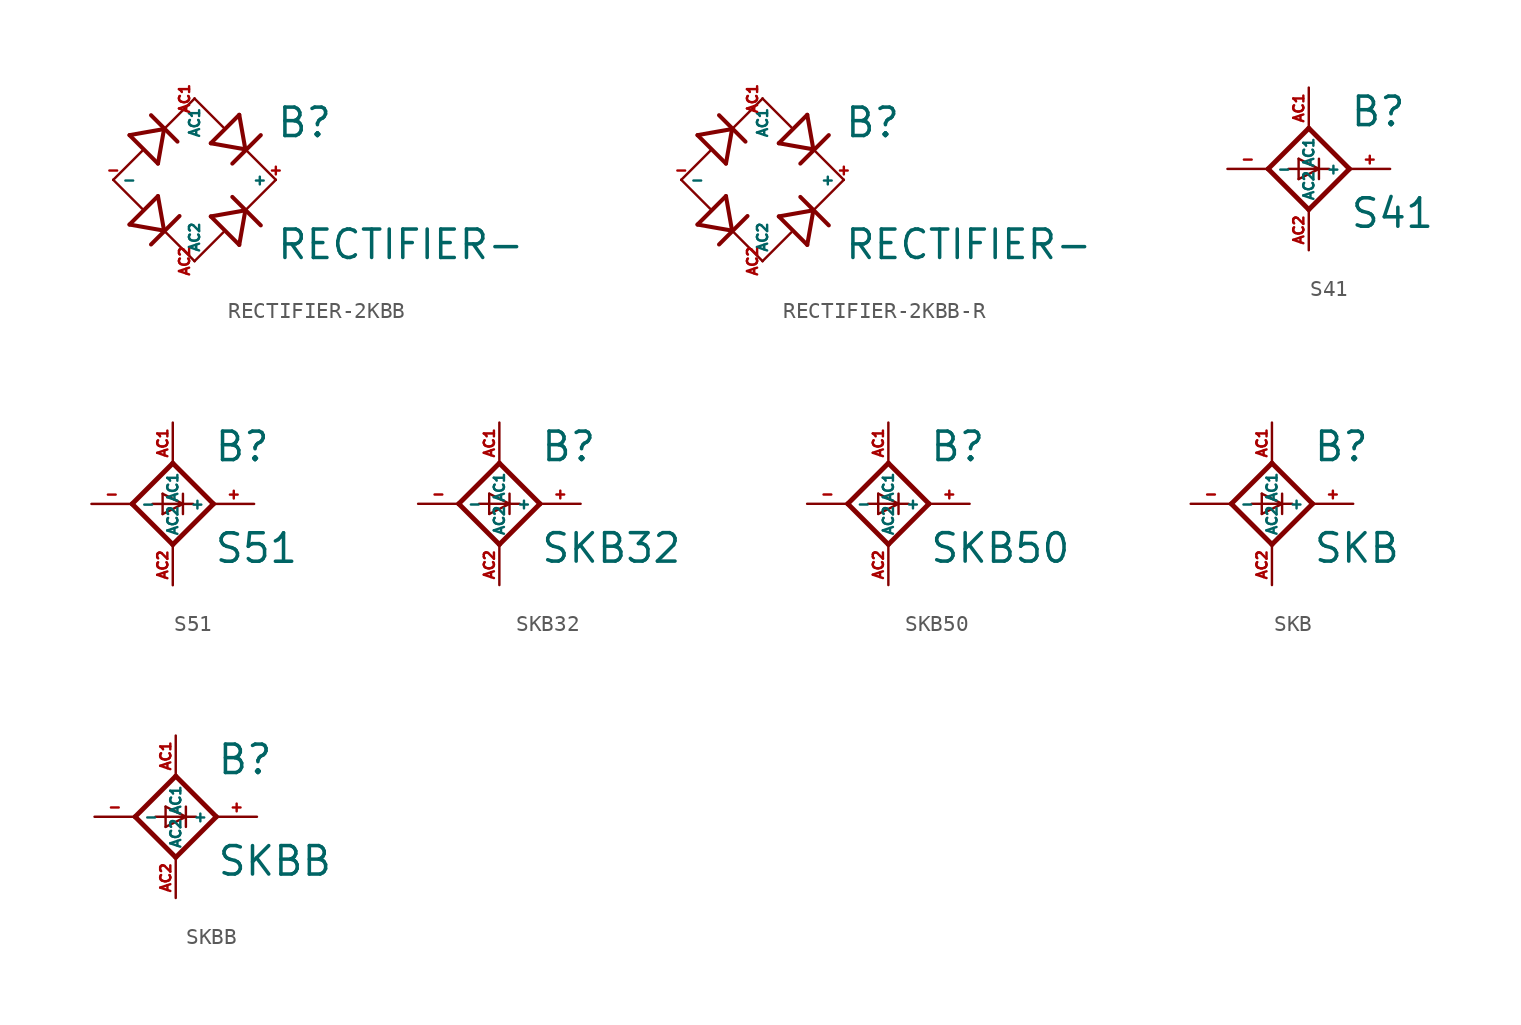
<source format=kicad_sym>
(kicad_symbol_lib
  (version 20220914)
  (generator Eagle2Kicad)
  (symbol "RECTIFIER-2KBB"
    (property "Reference" "B"
      (at 5.08 2.54 0)
      (effects (font (size 1.778 1.778) (thickness 0.22)) (justify left bottom)))
    (property "Value" "RECTIFIER-"
      (at 5.08 -5.08 0)
      (effects (font (size 1.778 1.778) (thickness 0.22)) (justify left bottom)))
    (polyline
      (pts (xy -1.905 -3.175) (xy -4.064 -2.794))
      (stroke (width 0.254) (type default))
      (fill (type none)))
    (polyline
      (pts (xy -1.905 -3.175) (xy -2.286 -1.016))
      (stroke (width 0.254) (type default))
      (fill (type none)))
    (polyline
      (pts (xy -2.718 -4.039) (xy -0.94 -2.261))
      (stroke (width 0.254) (type default))
      (fill (type none)))
    (polyline
      (pts (xy -1.905 3.175) (xy -4.064 2.794))
      (stroke (width 0.254) (type default))
      (fill (type none)))
    (polyline
      (pts (xy -1.905 3.175) (xy -2.286 1.016))
      (stroke (width 0.254) (type default))
      (fill (type none)))
    (polyline
      (pts (xy -2.718 4.039) (xy -1.067 2.388))
      (stroke (width 0.254) (type default))
      (fill (type none)))
    (polyline
      (pts (xy 3.175 1.905) (xy 2.794 4.064))
      (stroke (width 0.254) (type default))
      (fill (type none)))
    (polyline
      (pts (xy 3.175 1.905) (xy 1.016 2.286))
      (stroke (width 0.254) (type default))
      (fill (type none)))
    (polyline
      (pts (xy 2.362 1.016) (xy 4.14 2.794))
      (stroke (width 0.254) (type default))
      (fill (type none)))
    (polyline
      (pts (xy 3.175 -1.905) (xy 2.794 -4.064))
      (stroke (width 0.254) (type default))
      (fill (type none)))
    (polyline
      (pts (xy 3.175 -1.905) (xy 1.016 -2.286))
      (stroke (width 0.254) (type default))
      (fill (type none)))
    (polyline
      (pts (xy 2.362 -1.067) (xy 4.14 -2.845))
      (stroke (width 0.254) (type default))
      (fill (type none)))
    (polyline
      (pts (xy 5.08 0) (xy 3.175 -1.905))
      (stroke (width 0.152) (type default))
      (fill (type none)))
    (polyline
      (pts (xy 0 -5.08) (xy -1.905 -3.175))
      (stroke (width 0.152) (type default))
      (fill (type none)))
    (polyline
      (pts (xy -3.277 -1.803) (xy -5.08 0))
      (stroke (width 0.152) (type default))
      (fill (type none)))
    (polyline
      (pts (xy -4.064 -2.794) (xy -2.286 -1.016))
      (stroke (width 0.254) (type default))
      (fill (type none)))
    (polyline
      (pts (xy -5.08 0) (xy -3.277 1.803))
      (stroke (width 0.152) (type default))
      (fill (type none)))
    (polyline
      (pts (xy -4.064 2.794) (xy -2.286 1.016))
      (stroke (width 0.254) (type default))
      (fill (type none)))
    (polyline
      (pts (xy -1.905 3.175) (xy 0 5.08))
      (stroke (width 0.152) (type default))
      (fill (type none)))
    (polyline
      (pts (xy 0 5.08) (xy 1.803 3.277))
      (stroke (width 0.152) (type default))
      (fill (type none)))
    (polyline
      (pts (xy 1.016 2.286) (xy 2.794 4.064))
      (stroke (width 0.254) (type default))
      (fill (type none)))
    (polyline
      (pts (xy 3.175 1.905) (xy 5.08 0))
      (stroke (width 0.152) (type default))
      (fill (type none)))
    (polyline
      (pts (xy 0 -5.08) (xy 1.803 -3.277))
      (stroke (width 0.152) (type default))
      (fill (type none)))
    (polyline
      (pts (xy 1.016 -2.286) (xy 2.794 -4.064))
      (stroke (width 0.254) (type default))
      (fill (type none)))
    (pin passive line
      (at 0 5.08 270)
      (length 0)
      (name "AC1" (effects (font (size 0.635 0.635) (thickness 0.08)) (justify left bottom)))
      (number "AC1" (effects (font (size 0.635 0.635) (thickness 0.08)) (justify left bottom))))
    (pin passive line
      (at 5.08 0 180)
      (length 0)
      (name "+" (effects (font (size 0.635 0.635) (thickness 0.08)) (justify left bottom)))
      (number "+" (effects (font (size 0.635 0.635) (thickness 0.08)) (justify left bottom))))
    (pin passive line
      (at 0 -5.08 90)
      (length 0)
      (name "AC2" (effects (font (size 0.635 0.635) (thickness 0.08)) (justify left bottom)))
      (number "AC2" (effects (font (size 0.635 0.635) (thickness 0.08)) (justify left bottom))))
    (pin passive line
      (at -5.08 0 0)
      (length 0)
      (name "-" (effects (font (size 0.635 0.635) (thickness 0.08)) (justify left bottom)))
      (number "-" (effects (font (size 0.635 0.635) (thickness 0.08)) (justify left bottom)))))
  (symbol "RECTIFIER-2KBB-R"
    (property "Reference" "B"
      (at 5.08 2.54 0)
      (effects (font (size 1.778 1.778) (thickness 0.22)) (justify left bottom)))
    (property "Value" "RECTIFIER-"
      (at 5.08 -5.08 0)
      (effects (font (size 1.778 1.778) (thickness 0.22)) (justify left bottom)))
    (polyline
      (pts (xy -1.905 -3.175) (xy -4.064 -2.794))
      (stroke (width 0.254) (type default))
      (fill (type none)))
    (polyline
      (pts (xy -1.905 -3.175) (xy -2.286 -1.016))
      (stroke (width 0.254) (type default))
      (fill (type none)))
    (polyline
      (pts (xy -2.718 -4.039) (xy -0.94 -2.261))
      (stroke (width 0.254) (type default))
      (fill (type none)))
    (polyline
      (pts (xy -1.905 3.175) (xy -4.064 2.794))
      (stroke (width 0.254) (type default))
      (fill (type none)))
    (polyline
      (pts (xy -1.905 3.175) (xy -2.286 1.016))
      (stroke (width 0.254) (type default))
      (fill (type none)))
    (polyline
      (pts (xy -2.718 4.039) (xy -1.067 2.388))
      (stroke (width 0.254) (type default))
      (fill (type none)))
    (polyline
      (pts (xy 3.175 1.905) (xy 2.794 4.064))
      (stroke (width 0.254) (type default))
      (fill (type none)))
    (polyline
      (pts (xy 3.175 1.905) (xy 1.016 2.286))
      (stroke (width 0.254) (type default))
      (fill (type none)))
    (polyline
      (pts (xy 2.362 1.016) (xy 4.14 2.794))
      (stroke (width 0.254) (type default))
      (fill (type none)))
    (polyline
      (pts (xy 3.175 -1.905) (xy 2.794 -4.064))
      (stroke (width 0.254) (type default))
      (fill (type none)))
    (polyline
      (pts (xy 3.175 -1.905) (xy 1.016 -2.286))
      (stroke (width 0.254) (type default))
      (fill (type none)))
    (polyline
      (pts (xy 2.362 -1.067) (xy 4.14 -2.845))
      (stroke (width 0.254) (type default))
      (fill (type none)))
    (polyline
      (pts (xy 5.08 0) (xy 3.175 -1.905))
      (stroke (width 0.152) (type default))
      (fill (type none)))
    (polyline
      (pts (xy 0 -5.08) (xy -1.905 -3.175))
      (stroke (width 0.152) (type default))
      (fill (type none)))
    (polyline
      (pts (xy -3.277 -1.803) (xy -5.08 0))
      (stroke (width 0.152) (type default))
      (fill (type none)))
    (polyline
      (pts (xy -4.064 -2.794) (xy -2.286 -1.016))
      (stroke (width 0.254) (type default))
      (fill (type none)))
    (polyline
      (pts (xy -5.08 0) (xy -3.277 1.803))
      (stroke (width 0.152) (type default))
      (fill (type none)))
    (polyline
      (pts (xy -4.064 2.794) (xy -2.286 1.016))
      (stroke (width 0.254) (type default))
      (fill (type none)))
    (polyline
      (pts (xy -1.905 3.175) (xy 0 5.08))
      (stroke (width 0.152) (type default))
      (fill (type none)))
    (polyline
      (pts (xy 0 5.08) (xy 1.803 3.277))
      (stroke (width 0.152) (type default))
      (fill (type none)))
    (polyline
      (pts (xy 1.016 2.286) (xy 2.794 4.064))
      (stroke (width 0.254) (type default))
      (fill (type none)))
    (polyline
      (pts (xy 3.175 1.905) (xy 5.08 0))
      (stroke (width 0.152) (type default))
      (fill (type none)))
    (polyline
      (pts (xy 0 -5.08) (xy 1.803 -3.277))
      (stroke (width 0.152) (type default))
      (fill (type none)))
    (polyline
      (pts (xy 1.016 -2.286) (xy 2.794 -4.064))
      (stroke (width 0.254) (type default))
      (fill (type none)))
    (pin passive line
      (at 0 5.08 270)
      (length 0)
      (name "AC1" (effects (font (size 0.635 0.635) (thickness 0.08)) (justify left bottom)))
      (number "AC1" (effects (font (size 0.635 0.635) (thickness 0.08)) (justify left bottom))))
    (pin passive line
      (at 5.08 0 180)
      (length 0)
      (name "+" (effects (font (size 0.635 0.635) (thickness 0.08)) (justify left bottom)))
      (number "+" (effects (font (size 0.635 0.635) (thickness 0.08)) (justify left bottom))))
    (pin passive line
      (at 0 -5.08 90)
      (length 0)
      (name "AC2" (effects (font (size 0.635 0.635) (thickness 0.08)) (justify left bottom)))
      (number "AC2" (effects (font (size 0.635 0.635) (thickness 0.08)) (justify left bottom))))
    (pin passive line
      (at -5.08 0 0)
      (length 0)
      (name "-" (effects (font (size 0.635 0.635) (thickness 0.08)) (justify left bottom)))
      (number "-" (effects (font (size 0.635 0.635) (thickness 0.08)) (justify left bottom)))))
  (symbol "S41"
    (property "Reference" "B"
      (at 2.54 2.54 0)
      (effects (font (size 1.778 1.778) (thickness 0.22)) (justify left bottom)))
    (property "Value" "S41"
      (at 2.54 -3.81 0)
      (effects (font (size 1.778 1.778) (thickness 0.22)) (justify left bottom)))
    (polyline
      (pts (xy 0 -2.54) (xy 2.54 0))
      (stroke (width 0.305) (type default))
      (fill (type none)))
    (polyline
      (pts (xy 0 2.54) (xy -2.54 0))
      (stroke (width 0.305) (type default))
      (fill (type none)))
    (polyline
      (pts (xy -2.54 0) (xy 0 -2.54))
      (stroke (width 0.305) (type default))
      (fill (type none)))
    (polyline
      (pts (xy 2.54 0) (xy 0 2.54))
      (stroke (width 0.305) (type default))
      (fill (type none)))
    (polyline
      (pts (xy -1.27 0) (xy 0.635 0))
      (stroke (width 0.152) (type default))
      (fill (type none)))
    (polyline
      (pts (xy -0.635 0.635) (xy -0.635 -0.635))
      (stroke (width 0.152) (type default))
      (fill (type none)))
    (polyline
      (pts (xy -0.635 0.635) (xy 0.635 0))
      (stroke (width 0.152) (type default))
      (fill (type none)))
    (polyline
      (pts (xy 0.635 0) (xy 1.27 0))
      (stroke (width 0.152) (type default))
      (fill (type none)))
    (polyline
      (pts (xy 0.635 0) (xy -0.635 -0.635))
      (stroke (width 0.152) (type default))
      (fill (type none)))
    (polyline
      (pts (xy 0.635 0.635) (xy 0.635 -0.635))
      (stroke (width 0.152) (type default))
      (fill (type none)))
    (pin passive line
      (at 0 5.08 270)
      (length 2.54)
      (name "AC1" (effects (font (size 0.635 0.635) (thickness 0.08)) (justify left bottom)))
      (number "AC1" (effects (font (size 0.635 0.635) (thickness 0.08)) (justify left bottom))))
    (pin passive line
      (at 0 -5.08 90)
      (length 2.54)
      (name "AC2" (effects (font (size 0.635 0.635) (thickness 0.08)) (justify left bottom)))
      (number "AC2" (effects (font (size 0.635 0.635) (thickness 0.08)) (justify left bottom))))
    (pin passive line
      (at -5.08 0 0)
      (length 2.54)
      (name "-" (effects (font (size 0.635 0.635) (thickness 0.08)) (justify left bottom)))
      (number "-" (effects (font (size 0.635 0.635) (thickness 0.08)) (justify left bottom))))
    (pin passive line
      (at 5.08 0 180)
      (length 2.54)
      (name "+" (effects (font (size 0.635 0.635) (thickness 0.08)) (justify left bottom)))
      (number "+" (effects (font (size 0.635 0.635) (thickness 0.08)) (justify left bottom)))))
  (symbol "S51"
    (property "Reference" "B"
      (at 2.54 2.54 0)
      (effects (font (size 1.778 1.778) (thickness 0.22)) (justify left bottom)))
    (property "Value" "S51"
      (at 2.54 -3.81 0)
      (effects (font (size 1.778 1.778) (thickness 0.22)) (justify left bottom)))
    (polyline
      (pts (xy 0 -2.54) (xy 2.54 0))
      (stroke (width 0.305) (type default))
      (fill (type none)))
    (polyline
      (pts (xy 0 2.54) (xy -2.54 0))
      (stroke (width 0.305) (type default))
      (fill (type none)))
    (polyline
      (pts (xy -2.54 0) (xy 0 -2.54))
      (stroke (width 0.305) (type default))
      (fill (type none)))
    (polyline
      (pts (xy 2.54 0) (xy 0 2.54))
      (stroke (width 0.305) (type default))
      (fill (type none)))
    (polyline
      (pts (xy -1.27 0) (xy 0.635 0))
      (stroke (width 0.152) (type default))
      (fill (type none)))
    (polyline
      (pts (xy -0.635 0.635) (xy -0.635 -0.635))
      (stroke (width 0.152) (type default))
      (fill (type none)))
    (polyline
      (pts (xy -0.635 0.635) (xy 0.635 0))
      (stroke (width 0.152) (type default))
      (fill (type none)))
    (polyline
      (pts (xy 0.635 0) (xy 1.27 0))
      (stroke (width 0.152) (type default))
      (fill (type none)))
    (polyline
      (pts (xy 0.635 0) (xy -0.635 -0.635))
      (stroke (width 0.152) (type default))
      (fill (type none)))
    (polyline
      (pts (xy 0.635 0.635) (xy 0.635 -0.635))
      (stroke (width 0.152) (type default))
      (fill (type none)))
    (pin passive line
      (at 0 5.08 270)
      (length 2.54)
      (name "AC1" (effects (font (size 0.635 0.635) (thickness 0.08)) (justify left bottom)))
      (number "AC1" (effects (font (size 0.635 0.635) (thickness 0.08)) (justify left bottom))))
    (pin passive line
      (at 0 -5.08 90)
      (length 2.54)
      (name "AC2" (effects (font (size 0.635 0.635) (thickness 0.08)) (justify left bottom)))
      (number "AC2" (effects (font (size 0.635 0.635) (thickness 0.08)) (justify left bottom))))
    (pin passive line
      (at -5.08 0 0)
      (length 2.54)
      (name "-" (effects (font (size 0.635 0.635) (thickness 0.08)) (justify left bottom)))
      (number "-" (effects (font (size 0.635 0.635) (thickness 0.08)) (justify left bottom))))
    (pin passive line
      (at 5.08 0 180)
      (length 2.54)
      (name "+" (effects (font (size 0.635 0.635) (thickness 0.08)) (justify left bottom)))
      (number "+" (effects (font (size 0.635 0.635) (thickness 0.08)) (justify left bottom)))))
  (symbol "SKB32"
    (property "Reference" "B"
      (at 2.54 2.54 0)
      (effects (font (size 1.778 1.778) (thickness 0.22)) (justify left bottom)))
    (property "Value" "SKB32"
      (at 2.54 -3.81 0)
      (effects (font (size 1.778 1.778) (thickness 0.22)) (justify left bottom)))
    (polyline
      (pts (xy 0 -2.54) (xy 2.54 0))
      (stroke (width 0.305) (type default))
      (fill (type none)))
    (polyline
      (pts (xy 0 2.54) (xy -2.54 0))
      (stroke (width 0.305) (type default))
      (fill (type none)))
    (polyline
      (pts (xy -2.54 0) (xy 0 -2.54))
      (stroke (width 0.305) (type default))
      (fill (type none)))
    (polyline
      (pts (xy 2.54 0) (xy 0 2.54))
      (stroke (width 0.305) (type default))
      (fill (type none)))
    (polyline
      (pts (xy -1.27 0) (xy 0.635 0))
      (stroke (width 0.152) (type default))
      (fill (type none)))
    (polyline
      (pts (xy -0.635 0.635) (xy -0.635 -0.635))
      (stroke (width 0.152) (type default))
      (fill (type none)))
    (polyline
      (pts (xy -0.635 0.635) (xy 0.635 0))
      (stroke (width 0.152) (type default))
      (fill (type none)))
    (polyline
      (pts (xy 0.635 0) (xy 1.27 0))
      (stroke (width 0.152) (type default))
      (fill (type none)))
    (polyline
      (pts (xy 0.635 0) (xy -0.635 -0.635))
      (stroke (width 0.152) (type default))
      (fill (type none)))
    (polyline
      (pts (xy 0.635 0.635) (xy 0.635 -0.635))
      (stroke (width 0.152) (type default))
      (fill (type none)))
    (pin passive line
      (at 0 5.08 270)
      (length 2.54)
      (name "AC1" (effects (font (size 0.635 0.635) (thickness 0.08)) (justify left bottom)))
      (number "AC1" (effects (font (size 0.635 0.635) (thickness 0.08)) (justify left bottom))))
    (pin passive line
      (at 0 -5.08 90)
      (length 2.54)
      (name "AC2" (effects (font (size 0.635 0.635) (thickness 0.08)) (justify left bottom)))
      (number "AC2" (effects (font (size 0.635 0.635) (thickness 0.08)) (justify left bottom))))
    (pin passive line
      (at -5.08 0 0)
      (length 2.54)
      (name "-" (effects (font (size 0.635 0.635) (thickness 0.08)) (justify left bottom)))
      (number "-" (effects (font (size 0.635 0.635) (thickness 0.08)) (justify left bottom))))
    (pin passive line
      (at 5.08 0 180)
      (length 2.54)
      (name "+" (effects (font (size 0.635 0.635) (thickness 0.08)) (justify left bottom)))
      (number "+" (effects (font (size 0.635 0.635) (thickness 0.08)) (justify left bottom)))))
  (symbol "SKB50"
    (property "Reference" "B"
      (at 2.54 2.54 0)
      (effects (font (size 1.778 1.778) (thickness 0.22)) (justify left bottom)))
    (property "Value" "SKB50"
      (at 2.54 -3.81 0)
      (effects (font (size 1.778 1.778) (thickness 0.22)) (justify left bottom)))
    (polyline
      (pts (xy 0 -2.54) (xy 2.54 0))
      (stroke (width 0.305) (type default))
      (fill (type none)))
    (polyline
      (pts (xy 0 2.54) (xy -2.54 0))
      (stroke (width 0.305) (type default))
      (fill (type none)))
    (polyline
      (pts (xy -2.54 0) (xy 0 -2.54))
      (stroke (width 0.305) (type default))
      (fill (type none)))
    (polyline
      (pts (xy 2.54 0) (xy 0 2.54))
      (stroke (width 0.305) (type default))
      (fill (type none)))
    (polyline
      (pts (xy -1.27 0) (xy 0.635 0))
      (stroke (width 0.152) (type default))
      (fill (type none)))
    (polyline
      (pts (xy -0.635 0.635) (xy -0.635 -0.635))
      (stroke (width 0.152) (type default))
      (fill (type none)))
    (polyline
      (pts (xy -0.635 0.635) (xy 0.635 0))
      (stroke (width 0.152) (type default))
      (fill (type none)))
    (polyline
      (pts (xy 0.635 0) (xy 1.27 0))
      (stroke (width 0.152) (type default))
      (fill (type none)))
    (polyline
      (pts (xy 0.635 0) (xy -0.635 -0.635))
      (stroke (width 0.152) (type default))
      (fill (type none)))
    (polyline
      (pts (xy 0.635 0.635) (xy 0.635 -0.635))
      (stroke (width 0.152) (type default))
      (fill (type none)))
    (pin passive line
      (at 0 5.08 270)
      (length 2.54)
      (name "AC1" (effects (font (size 0.635 0.635) (thickness 0.08)) (justify left bottom)))
      (number "AC1" (effects (font (size 0.635 0.635) (thickness 0.08)) (justify left bottom))))
    (pin passive line
      (at 0 -5.08 90)
      (length 2.54)
      (name "AC2" (effects (font (size 0.635 0.635) (thickness 0.08)) (justify left bottom)))
      (number "AC2" (effects (font (size 0.635 0.635) (thickness 0.08)) (justify left bottom))))
    (pin passive line
      (at -5.08 0 0)
      (length 2.54)
      (name "-" (effects (font (size 0.635 0.635) (thickness 0.08)) (justify left bottom)))
      (number "-" (effects (font (size 0.635 0.635) (thickness 0.08)) (justify left bottom))))
    (pin passive line
      (at 5.08 0 180)
      (length 2.54)
      (name "+" (effects (font (size 0.635 0.635) (thickness 0.08)) (justify left bottom)))
      (number "+" (effects (font (size 0.635 0.635) (thickness 0.08)) (justify left bottom)))))
  (symbol "SKB"
    (property "Reference" "B"
      (at 2.54 2.54 0)
      (effects (font (size 1.778 1.778) (thickness 0.22)) (justify left bottom)))
    (property "Value" "SKB"
      (at 2.54 -3.81 0)
      (effects (font (size 1.778 1.778) (thickness 0.22)) (justify left bottom)))
    (polyline
      (pts (xy 0 -2.54) (xy 2.54 0))
      (stroke (width 0.305) (type default))
      (fill (type none)))
    (polyline
      (pts (xy 0 2.54) (xy -2.54 0))
      (stroke (width 0.305) (type default))
      (fill (type none)))
    (polyline
      (pts (xy -2.54 0) (xy 0 -2.54))
      (stroke (width 0.305) (type default))
      (fill (type none)))
    (polyline
      (pts (xy 2.54 0) (xy 0 2.54))
      (stroke (width 0.305) (type default))
      (fill (type none)))
    (polyline
      (pts (xy -1.27 0) (xy 0.635 0))
      (stroke (width 0.152) (type default))
      (fill (type none)))
    (polyline
      (pts (xy -0.635 0.635) (xy -0.635 -0.635))
      (stroke (width 0.152) (type default))
      (fill (type none)))
    (polyline
      (pts (xy -0.635 0.635) (xy 0.635 0))
      (stroke (width 0.152) (type default))
      (fill (type none)))
    (polyline
      (pts (xy 0.635 0) (xy 1.27 0))
      (stroke (width 0.152) (type default))
      (fill (type none)))
    (polyline
      (pts (xy 0.635 0) (xy -0.635 -0.635))
      (stroke (width 0.152) (type default))
      (fill (type none)))
    (polyline
      (pts (xy 0.635 0.635) (xy 0.635 -0.635))
      (stroke (width 0.152) (type default))
      (fill (type none)))
    (pin passive line
      (at 0 5.08 270)
      (length 2.54)
      (name "AC1" (effects (font (size 0.635 0.635) (thickness 0.08)) (justify left bottom)))
      (number "AC1" (effects (font (size 0.635 0.635) (thickness 0.08)) (justify left bottom))))
    (pin passive line
      (at 0 -5.08 90)
      (length 2.54)
      (name "AC2" (effects (font (size 0.635 0.635) (thickness 0.08)) (justify left bottom)))
      (number "AC2" (effects (font (size 0.635 0.635) (thickness 0.08)) (justify left bottom))))
    (pin passive line
      (at -5.08 0 0)
      (length 2.54)
      (name "-" (effects (font (size 0.635 0.635) (thickness 0.08)) (justify left bottom)))
      (number "-" (effects (font (size 0.635 0.635) (thickness 0.08)) (justify left bottom))))
    (pin passive line
      (at 5.08 0 180)
      (length 2.54)
      (name "+" (effects (font (size 0.635 0.635) (thickness 0.08)) (justify left bottom)))
      (number "+" (effects (font (size 0.635 0.635) (thickness 0.08)) (justify left bottom)))))
  (symbol "SKBB"
    (property "Reference" "B"
      (at 2.54 2.54 0)
      (effects (font (size 1.778 1.778) (thickness 0.22)) (justify left bottom)))
    (property "Value" "SKBB"
      (at 2.54 -3.81 0)
      (effects (font (size 1.778 1.778) (thickness 0.22)) (justify left bottom)))
    (polyline
      (pts (xy 0 -2.54) (xy 2.54 0))
      (stroke (width 0.305) (type default))
      (fill (type none)))
    (polyline
      (pts (xy 0 2.54) (xy -2.54 0))
      (stroke (width 0.305) (type default))
      (fill (type none)))
    (polyline
      (pts (xy -2.54 0) (xy 0 -2.54))
      (stroke (width 0.305) (type default))
      (fill (type none)))
    (polyline
      (pts (xy 2.54 0) (xy 0 2.54))
      (stroke (width 0.305) (type default))
      (fill (type none)))
    (polyline
      (pts (xy -1.27 0) (xy 0.635 0))
      (stroke (width 0.152) (type default))
      (fill (type none)))
    (polyline
      (pts (xy -0.635 0.635) (xy -0.635 -0.635))
      (stroke (width 0.152) (type default))
      (fill (type none)))
    (polyline
      (pts (xy -0.635 0.635) (xy 0.635 0))
      (stroke (width 0.152) (type default))
      (fill (type none)))
    (polyline
      (pts (xy 0.635 0) (xy 1.27 0))
      (stroke (width 0.152) (type default))
      (fill (type none)))
    (polyline
      (pts (xy 0.635 0) (xy -0.635 -0.635))
      (stroke (width 0.152) (type default))
      (fill (type none)))
    (polyline
      (pts (xy 0.635 0.635) (xy 0.635 -0.635))
      (stroke (width 0.152) (type default))
      (fill (type none)))
    (pin passive line
      (at 0 5.08 270)
      (length 2.54)
      (name "AC1" (effects (font (size 0.635 0.635) (thickness 0.08)) (justify left bottom)))
      (number "AC1" (effects (font (size 0.635 0.635) (thickness 0.08)) (justify left bottom))))
    (pin passive line
      (at 0 -5.08 90)
      (length 2.54)
      (name "AC2" (effects (font (size 0.635 0.635) (thickness 0.08)) (justify left bottom)))
      (number "AC2" (effects (font (size 0.635 0.635) (thickness 0.08)) (justify left bottom))))
    (pin passive line
      (at -5.08 0 0)
      (length 2.54)
      (name "-" (effects (font (size 0.635 0.635) (thickness 0.08)) (justify left bottom)))
      (number "-" (effects (font (size 0.635 0.635) (thickness 0.08)) (justify left bottom))))
    (pin passive line
      (at 5.08 0 180)
      (length 2.54)
      (name "+" (effects (font (size 0.635 0.635) (thickness 0.08)) (justify left bottom)))
      (number "+" (effects (font (size 0.635 0.635) (thickness 0.08)) (justify left bottom))))))
</source>
